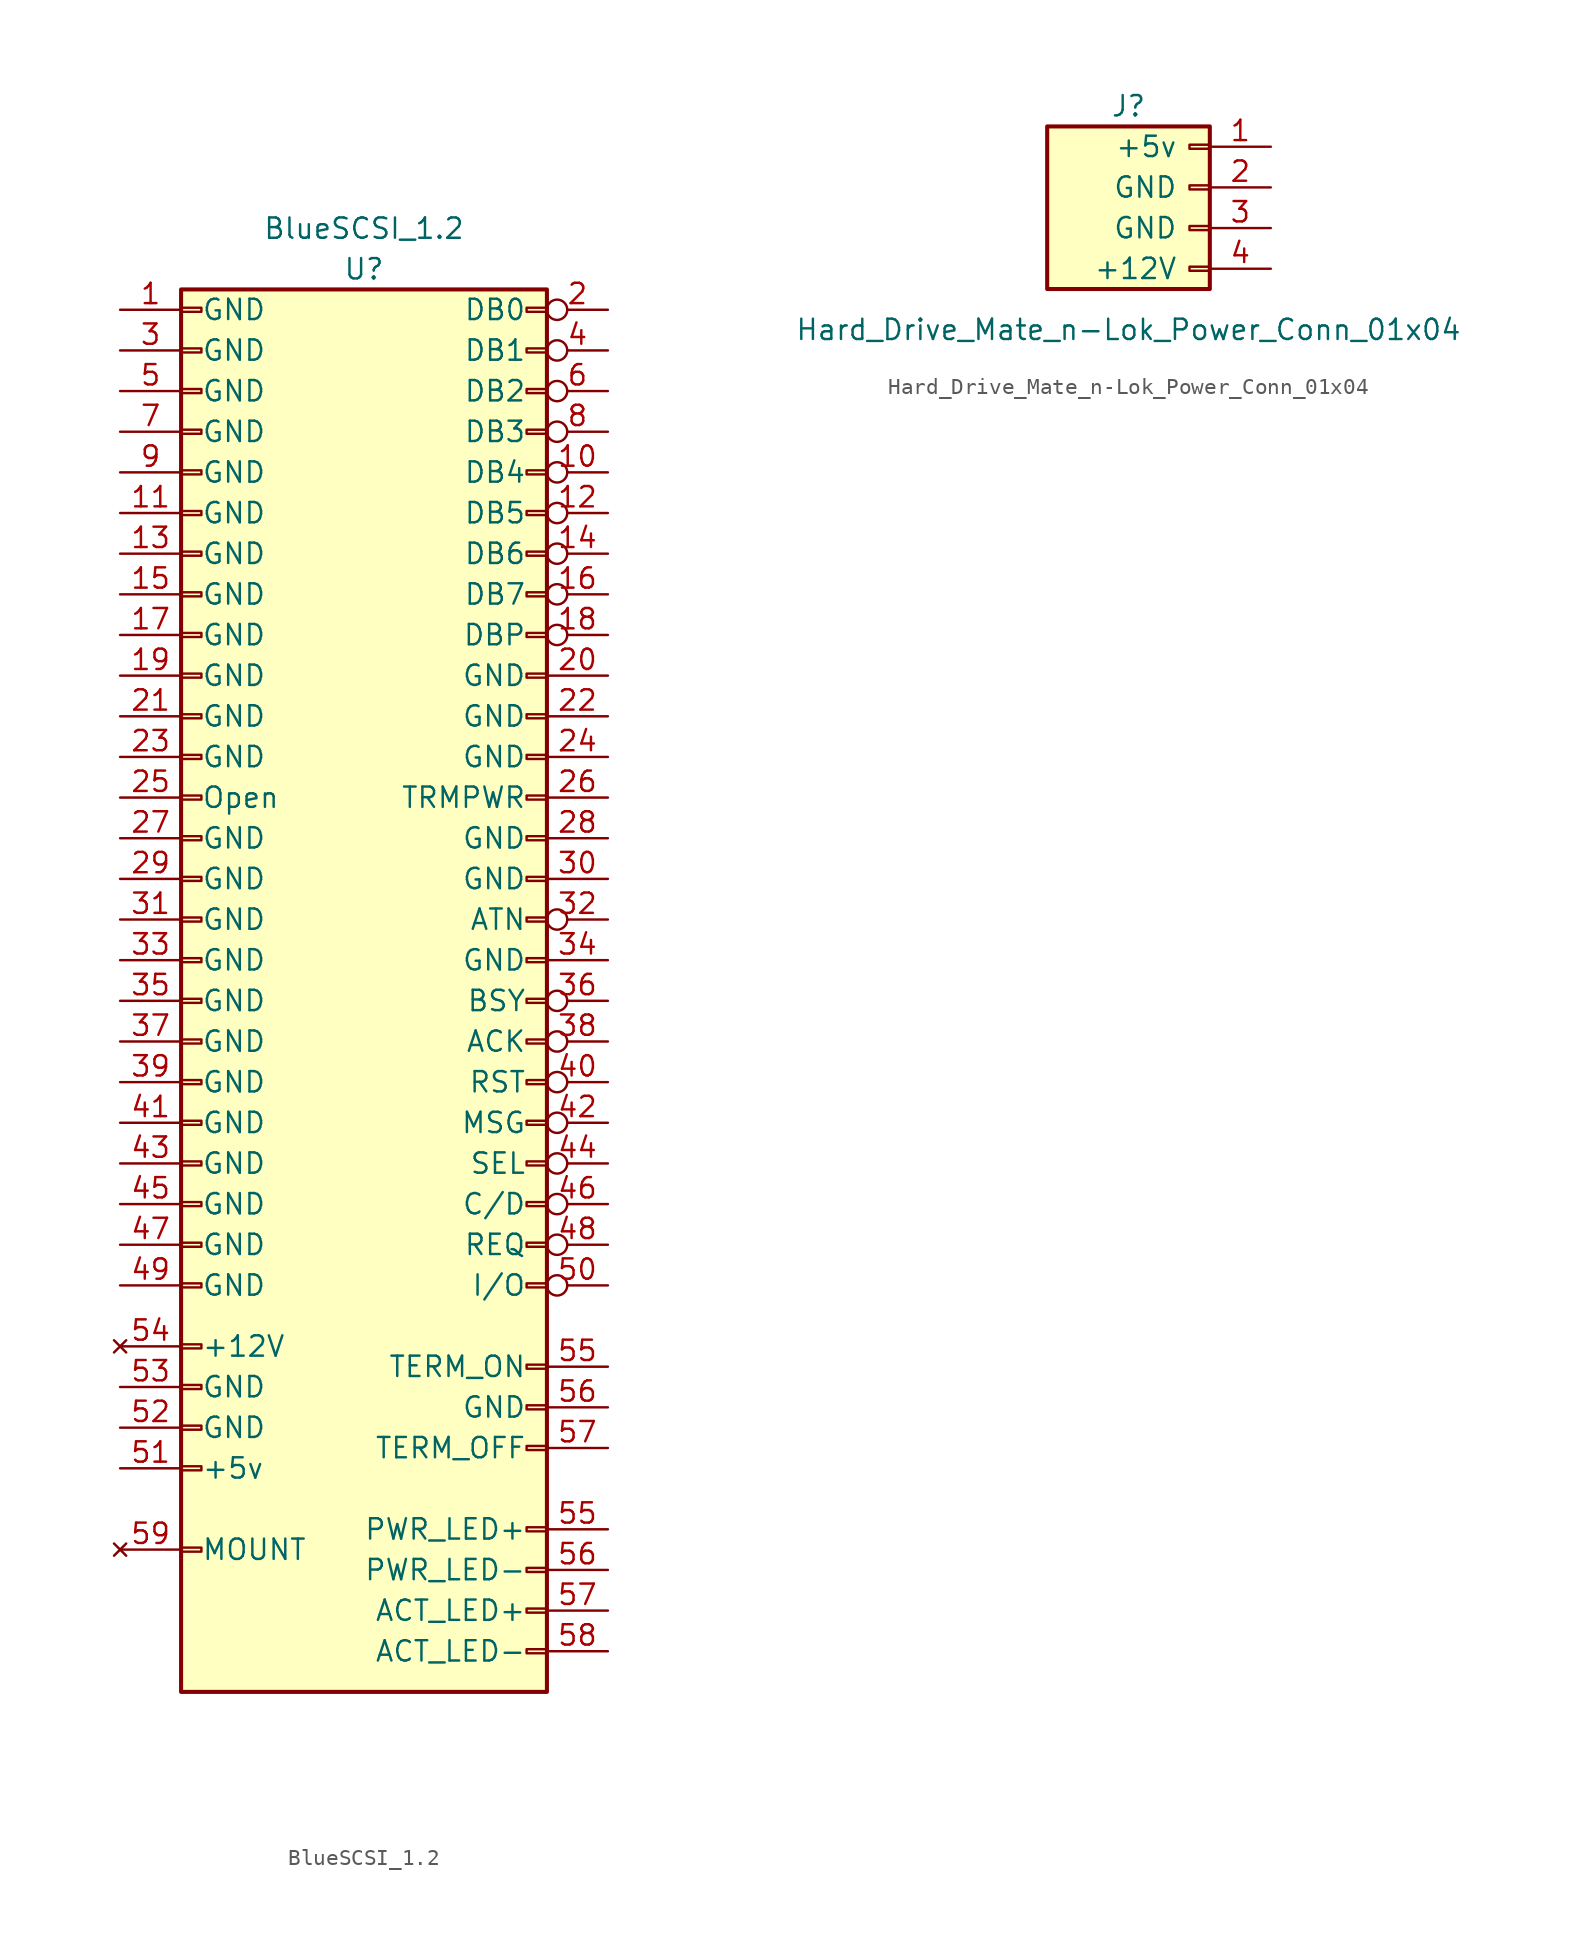
<source format=kicad_sym>
(kicad_symbol_lib
  (version 20211014)
  (generator kicad_symbol_editor)
  (symbol "BlueSCSI_1.2"
    (pin_names
      (offset 1.27))
    (property "Reference" "U"
      (at 0 41.91 0)
      (effects (font (size 1.27 1.27))))
    (property "Value" "BlueSCSI_1.2"
      (at 0 44.45 0)
      (effects (font (size 1.27 1.27))))
    (symbol "BlueSCSI_1.2_1_1"
      (rectangle (start -11.43 -37.973) (end -10.16 -38.227) (stroke (width 0.152) (type default) (color 0 0 0 0)) (fill (type none)))
      (rectangle (start -11.43 -33.147) (end -10.16 -32.893) (stroke (width 0.152) (type default) (color 0 0 0 0)) (fill (type none)))
      (rectangle (start -11.43 -30.607) (end -10.16 -30.353) (stroke (width 0.152) (type default) (color 0 0 0 0)) (fill (type none)))
      (rectangle (start -11.43 -28.067) (end -10.16 -27.813) (stroke (width 0.152) (type default) (color 0 0 0 0)) (fill (type none)))
      (rectangle (start -11.43 -25.527) (end -10.16 -25.273) (stroke (width 0.152) (type default) (color 0 0 0 0)) (fill (type none)))
      (rectangle (start -11.43 -21.463) (end -10.16 -21.717) (stroke (width 0.152) (type default) (color 0 0 0 0)) (fill (type none)))
      (rectangle (start -11.43 -18.923) (end -10.16 -19.177) (stroke (width 0.152) (type default) (color 0 0 0 0)) (fill (type none)))
      (rectangle (start -11.43 -16.383) (end -10.16 -16.637) (stroke (width 0.152) (type default) (color 0 0 0 0)) (fill (type none)))
      (rectangle (start -11.43 -13.843) (end -10.16 -14.097) (stroke (width 0.152) (type default) (color 0 0 0 0)) (fill (type none)))
      (rectangle (start -11.43 -11.303) (end -10.16 -11.557) (stroke (width 0.152) (type default) (color 0 0 0 0)) (fill (type none)))
      (rectangle (start -11.43 -8.763) (end -10.16 -9.017) (stroke (width 0.152) (type default) (color 0 0 0 0)) (fill (type none)))
      (rectangle (start -11.43 -6.223) (end -10.16 -6.477) (stroke (width 0.152) (type default) (color 0 0 0 0)) (fill (type none)))
      (rectangle (start -11.43 -3.683) (end -10.16 -3.937) (stroke (width 0.152) (type default) (color 0 0 0 0)) (fill (type none)))
      (rectangle (start -11.43 -1.143) (end -10.16 -1.397) (stroke (width 0.152) (type default) (color 0 0 0 0)) (fill (type none)))
      (rectangle (start -11.43 1.397) (end -10.16 1.143) (stroke (width 0.152) (type default) (color 0 0 0 0)) (fill (type none)))
      (rectangle (start -11.43 3.937) (end -10.16 3.683) (stroke (width 0.152) (type default) (color 0 0 0 0)) (fill (type none)))
      (rectangle (start -11.43 6.477) (end -10.16 6.223) (stroke (width 0.152) (type default) (color 0 0 0 0)) (fill (type none)))
      (rectangle (start -11.43 9.017) (end -10.16 8.763) (stroke (width 0.152) (type default) (color 0 0 0 0)) (fill (type none)))
      (rectangle (start -11.43 11.557) (end -10.16 11.303) (stroke (width 0.152) (type default) (color 0 0 0 0)) (fill (type none)))
      (rectangle (start -11.43 14.097) (end -10.16 13.843) (stroke (width 0.152) (type default) (color 0 0 0 0)) (fill (type none)))
      (rectangle (start -11.43 16.637) (end -10.16 16.383) (stroke (width 0.152) (type default) (color 0 0 0 0)) (fill (type none)))
      (rectangle (start -11.43 19.177) (end -10.16 18.923) (stroke (width 0.152) (type default) (color 0 0 0 0)) (fill (type none)))
      (rectangle (start -11.43 21.717) (end -10.16 21.463) (stroke (width 0.152) (type default) (color 0 0 0 0)) (fill (type none)))
      (rectangle (start -11.43 24.257) (end -10.16 24.003) (stroke (width 0.152) (type default) (color 0 0 0 0)) (fill (type none)))
      (rectangle (start -11.43 26.797) (end -10.16 26.543) (stroke (width 0.152) (type default) (color 0 0 0 0)) (fill (type none)))
      (rectangle (start -11.43 29.337) (end -10.16 29.083) (stroke (width 0.152) (type default) (color 0 0 0 0)) (fill (type none)))
      (rectangle (start -11.43 31.877) (end -10.16 31.623) (stroke (width 0.152) (type default) (color 0 0 0 0)) (fill (type none)))
      (rectangle (start -11.43 34.417) (end -10.16 34.163) (stroke (width 0.152) (type default) (color 0 0 0 0)) (fill (type none)))
      (rectangle (start -11.43 36.957) (end -10.16 36.703) (stroke (width 0.152) (type default) (color 0 0 0 0)) (fill (type none)))
      (rectangle (start -11.43 39.497) (end -10.16 39.243) (stroke (width 0.152) (type default) (color 0 0 0 0)) (fill (type none)))
      (rectangle (start -11.43 40.64) (end 11.43 -46.99) (stroke (width 0.254) (type default) (color 0 0 0 0)) (fill (type background)))
      (rectangle (start 10.16 -44.577) (end 11.43 -44.323) (stroke (width 0.152) (type default) (color 0 0 0 0)) (fill (type none)))
      (rectangle (start 10.16 -42.037) (end 11.43 -41.783) (stroke (width 0.152) (type default) (color 0 0 0 0)) (fill (type none)))
      (rectangle (start 10.16 -39.497) (end 11.43 -39.243) (stroke (width 0.152) (type default) (color 0 0 0 0)) (fill (type none)))
      (rectangle (start 10.16 -36.957) (end 11.43 -36.703) (stroke (width 0.152) (type default) (color 0 0 0 0)) (fill (type none)))
      (rectangle (start 10.16 -31.877) (end 11.43 -31.623) (stroke (width 0.152) (type default) (color 0 0 0 0)) (fill (type none)))
      (rectangle (start 10.16 -29.337) (end 11.43 -29.083) (stroke (width 0.152) (type default) (color 0 0 0 0)) (fill (type none)))
      (rectangle (start 10.16 -26.797) (end 11.43 -26.543) (stroke (width 0.152) (type default) (color 0 0 0 0)) (fill (type none)))
      (rectangle (start 11.43 -21.463) (end 10.16 -21.717) (stroke (width 0.152) (type default) (color 0 0 0 0)) (fill (type none)))
      (rectangle (start 11.43 -18.923) (end 10.16 -19.177) (stroke (width 0.152) (type default) (color 0 0 0 0)) (fill (type none)))
      (rectangle (start 11.43 -16.383) (end 10.16 -16.637) (stroke (width 0.152) (type default) (color 0 0 0 0)) (fill (type none)))
      (rectangle (start 11.43 -13.843) (end 10.16 -14.097) (stroke (width 0.152) (type default) (color 0 0 0 0)) (fill (type none)))
      (rectangle (start 11.43 -11.303) (end 10.16 -11.557) (stroke (width 0.152) (type default) (color 0 0 0 0)) (fill (type none)))
      (rectangle (start 11.43 -8.763) (end 10.16 -9.017) (stroke (width 0.152) (type default) (color 0 0 0 0)) (fill (type none)))
      (rectangle (start 11.43 -6.223) (end 10.16 -6.477) (stroke (width 0.152) (type default) (color 0 0 0 0)) (fill (type none)))
      (rectangle (start 11.43 -3.683) (end 10.16 -3.937) (stroke (width 0.152) (type default) (color 0 0 0 0)) (fill (type none)))
      (rectangle (start 11.43 -1.143) (end 10.16 -1.397) (stroke (width 0.152) (type default) (color 0 0 0 0)) (fill (type none)))
      (rectangle (start 11.43 1.397) (end 10.16 1.143) (stroke (width 0.152) (type default) (color 0 0 0 0)) (fill (type none)))
      (rectangle (start 11.43 3.937) (end 10.16 3.683) (stroke (width 0.152) (type default) (color 0 0 0 0)) (fill (type none)))
      (rectangle (start 11.43 6.477) (end 10.16 6.223) (stroke (width 0.152) (type default) (color 0 0 0 0)) (fill (type none)))
      (rectangle (start 11.43 9.017) (end 10.16 8.763) (stroke (width 0.152) (type default) (color 0 0 0 0)) (fill (type none)))
      (rectangle (start 11.43 11.557) (end 10.16 11.303) (stroke (width 0.152) (type default) (color 0 0 0 0)) (fill (type none)))
      (rectangle (start 11.43 14.097) (end 10.16 13.843) (stroke (width 0.152) (type default) (color 0 0 0 0)) (fill (type none)))
      (rectangle (start 11.43 16.637) (end 10.16 16.383) (stroke (width 0.152) (type default) (color 0 0 0 0)) (fill (type none)))
      (rectangle (start 11.43 19.177) (end 10.16 18.923) (stroke (width 0.152) (type default) (color 0 0 0 0)) (fill (type none)))
      (rectangle (start 11.43 21.717) (end 10.16 21.463) (stroke (width 0.152) (type default) (color 0 0 0 0)) (fill (type none)))
      (rectangle (start 11.43 24.257) (end 10.16 24.003) (stroke (width 0.152) (type default) (color 0 0 0 0)) (fill (type none)))
      (rectangle (start 11.43 26.797) (end 10.16 26.543) (stroke (width 0.152) (type default) (color 0 0 0 0)) (fill (type none)))
      (rectangle (start 11.43 29.337) (end 10.16 29.083) (stroke (width 0.152) (type default) (color 0 0 0 0)) (fill (type none)))
      (rectangle (start 11.43 31.877) (end 10.16 31.623) (stroke (width 0.152) (type default) (color 0 0 0 0)) (fill (type none)))
      (rectangle (start 11.43 34.417) (end 10.16 34.163) (stroke (width 0.152) (type default) (color 0 0 0 0)) (fill (type none)))
      (rectangle (start 11.43 36.957) (end 10.16 36.703) (stroke (width 0.152) (type default) (color 0 0 0 0)) (fill (type none)))
      (rectangle (start 11.43 39.497) (end 10.16 39.243) (stroke (width 0.152) (type default) (color 0 0 0 0)) (fill (type none)))
      (pin power_in line (at -15.24 39.37 0) (length 3.81) (name "GND" (effects (font (size 1.27 1.27)))) (number "1" (effects (font (size 1.27 1.27)))))
      (pin bidirectional inverted (at 15.24 29.21 180) (length 3.81) (name "DB4" (effects (font (size 1.27 1.27)))) (number "10" (effects (font (size 1.27 1.27)))))
      (pin power_in line (at -15.24 26.67 0) (length 3.81) (name "GND" (effects (font (size 1.27 1.27)))) (number "11" (effects (font (size 1.27 1.27)))))
      (pin bidirectional inverted (at 15.24 26.67 180) (length 3.81) (name "DB5" (effects (font (size 1.27 1.27)))) (number "12" (effects (font (size 1.27 1.27)))))
      (pin power_in line (at -15.24 24.13 0) (length 3.81) (name "GND" (effects (font (size 1.27 1.27)))) (number "13" (effects (font (size 1.27 1.27)))))
      (pin bidirectional inverted (at 15.24 24.13 180) (length 3.81) (name "DB6" (effects (font (size 1.27 1.27)))) (number "14" (effects (font (size 1.27 1.27)))))
      (pin power_in line (at -15.24 21.59 0) (length 3.81) (name "GND" (effects (font (size 1.27 1.27)))) (number "15" (effects (font (size 1.27 1.27)))))
      (pin bidirectional inverted (at 15.24 21.59 180) (length 3.81) (name "DB7" (effects (font (size 1.27 1.27)))) (number "16" (effects (font (size 1.27 1.27)))))
      (pin power_in line (at -15.24 19.05 0) (length 3.81) (name "GND" (effects (font (size 1.27 1.27)))) (number "17" (effects (font (size 1.27 1.27)))))
      (pin bidirectional inverted (at 15.24 19.05 180) (length 3.81) (name "DBP" (effects (font (size 1.27 1.27)))) (number "18" (effects (font (size 1.27 1.27)))))
      (pin power_in line (at -15.24 16.51 0) (length 3.81) (name "GND" (effects (font (size 1.27 1.27)))) (number "19" (effects (font (size 1.27 1.27)))))
      (pin bidirectional inverted (at 15.24 39.37 180) (length 3.81) (name "DB0" (effects (font (size 1.27 1.27)))) (number "2" (effects (font (size 1.27 1.27)))))
      (pin power_in line (at 15.24 16.51 180) (length 3.81) (name "GND" (effects (font (size 1.27 1.27)))) (number "20" (effects (font (size 1.27 1.27)))))
      (pin power_in line (at -15.24 13.97 0) (length 3.81) (name "GND" (effects (font (size 1.27 1.27)))) (number "21" (effects (font (size 1.27 1.27)))))
      (pin power_in line (at 15.24 13.97 180) (length 3.81) (name "GND" (effects (font (size 1.27 1.27)))) (number "22" (effects (font (size 1.27 1.27)))))
      (pin power_in line (at -15.24 11.43 0) (length 3.81) (name "GND" (effects (font (size 1.27 1.27)))) (number "23" (effects (font (size 1.27 1.27)))))
      (pin power_in line (at 15.24 11.43 180) (length 3.81) (name "GND" (effects (font (size 1.27 1.27)))) (number "24" (effects (font (size 1.27 1.27)))))
      (pin passive line (at -15.24 8.89 0) (length 3.81) (name "Open" (effects (font (size 1.27 1.27)))) (number "25" (effects (font (size 1.27 1.27)))))
      (pin power_in line (at 15.24 8.89 180) (length 3.81) (name "TRMPWR" (effects (font (size 1.27 1.27)))) (number "26" (effects (font (size 1.27 1.27)))))
      (pin power_in line (at -15.24 6.35 0) (length 3.81) (name "GND" (effects (font (size 1.27 1.27)))) (number "27" (effects (font (size 1.27 1.27)))))
      (pin power_in line (at 15.24 6.35 180) (length 3.81) (name "GND" (effects (font (size 1.27 1.27)))) (number "28" (effects (font (size 1.27 1.27)))))
      (pin power_in line (at -15.24 3.81 0) (length 3.81) (name "GND" (effects (font (size 1.27 1.27)))) (number "29" (effects (font (size 1.27 1.27)))))
      (pin power_in line (at -15.24 36.83 0) (length 3.81) (name "GND" (effects (font (size 1.27 1.27)))) (number "3" (effects (font (size 1.27 1.27)))))
      (pin power_in line (at 15.24 3.81 180) (length 3.81) (name "GND" (effects (font (size 1.27 1.27)))) (number "30" (effects (font (size 1.27 1.27)))))
      (pin power_in line (at -15.24 1.27 0) (length 3.81) (name "GND" (effects (font (size 1.27 1.27)))) (number "31" (effects (font (size 1.27 1.27)))))
      (pin input inverted (at 15.24 1.27 180) (length 3.81) (name "ATN" (effects (font (size 1.27 1.27)))) (number "32" (effects (font (size 1.27 1.27)))))
      (pin power_in line (at -15.24 -1.27 0) (length 3.81) (name "GND" (effects (font (size 1.27 1.27)))) (number "33" (effects (font (size 1.27 1.27)))))
      (pin power_in line (at 15.24 -1.27 180) (length 3.81) (name "GND" (effects (font (size 1.27 1.27)))) (number "34" (effects (font (size 1.27 1.27)))))
      (pin power_in line (at -15.24 -3.81 0) (length 3.81) (name "GND" (effects (font (size 1.27 1.27)))) (number "35" (effects (font (size 1.27 1.27)))))
      (pin output inverted (at 15.24 -3.81 180) (length 3.81) (name "BSY" (effects (font (size 1.27 1.27)))) (number "36" (effects (font (size 1.27 1.27)))))
      (pin power_in line (at -15.24 -6.35 0) (length 3.81) (name "GND" (effects (font (size 1.27 1.27)))) (number "37" (effects (font (size 1.27 1.27)))))
      (pin input inverted (at 15.24 -6.35 180) (length 3.81) (name "ACK" (effects (font (size 1.27 1.27)))) (number "38" (effects (font (size 1.27 1.27)))))
      (pin power_in line (at -15.24 -8.89 0) (length 3.81) (name "GND" (effects (font (size 1.27 1.27)))) (number "39" (effects (font (size 1.27 1.27)))))
      (pin bidirectional inverted (at 15.24 36.83 180) (length 3.81) (name "DB1" (effects (font (size 1.27 1.27)))) (number "4" (effects (font (size 1.27 1.27)))))
      (pin input inverted (at 15.24 -8.89 180) (length 3.81) (name "RST" (effects (font (size 1.27 1.27)))) (number "40" (effects (font (size 1.27 1.27)))))
      (pin power_in line (at -15.24 -11.43 0) (length 3.81) (name "GND" (effects (font (size 1.27 1.27)))) (number "41" (effects (font (size 1.27 1.27)))))
      (pin output inverted (at 15.24 -11.43 180) (length 3.81) (name "MSG" (effects (font (size 1.27 1.27)))) (number "42" (effects (font (size 1.27 1.27)))))
      (pin power_in line (at -15.24 -13.97 0) (length 3.81) (name "GND" (effects (font (size 1.27 1.27)))) (number "43" (effects (font (size 1.27 1.27)))))
      (pin input inverted (at 15.24 -13.97 180) (length 3.81) (name "SEL" (effects (font (size 1.27 1.27)))) (number "44" (effects (font (size 1.27 1.27)))))
      (pin power_in line (at -15.24 -16.51 0) (length 3.81) (name "GND" (effects (font (size 1.27 1.27)))) (number "45" (effects (font (size 1.27 1.27)))))
      (pin output inverted (at 15.24 -16.51 180) (length 3.81) (name "C/D" (effects (font (size 1.27 1.27)))) (number "46" (effects (font (size 1.27 1.27)))))
      (pin power_in line (at -15.24 -19.05 0) (length 3.81) (name "GND" (effects (font (size 1.27 1.27)))) (number "47" (effects (font (size 1.27 1.27)))))
      (pin output inverted (at 15.24 -19.05 180) (length 3.81) (name "REQ" (effects (font (size 1.27 1.27)))) (number "48" (effects (font (size 1.27 1.27)))))
      (pin power_in line (at -15.24 -21.59 0) (length 3.81) (name "GND" (effects (font (size 1.27 1.27)))) (number "49" (effects (font (size 1.27 1.27)))))
      (pin power_in line (at -15.24 34.29 0) (length 3.81) (name "GND" (effects (font (size 1.27 1.27)))) (number "5" (effects (font (size 1.27 1.27)))))
      (pin output inverted (at 15.24 -21.59 180) (length 3.81) (name "I/O" (effects (font (size 1.27 1.27)))) (number "50" (effects (font (size 1.27 1.27)))))
      (pin power_in line (at -15.24 -33.02 0) (length 3.81) (name "+5v" (effects (font (size 1.27 1.27)))) (number "51" (effects (font (size 1.27 1.27)))))
      (pin power_in line (at -15.24 -30.48 0) (length 3.81) (name "GND" (effects (font (size 1.27 1.27)))) (number "52" (effects (font (size 1.27 1.27)))))
      (pin power_in line (at -15.24 -27.94 0) (length 3.81) (name "GND" (effects (font (size 1.27 1.27)))) (number "53" (effects (font (size 1.27 1.27)))))
      (pin no_connect line (at -15.24 -25.4 0) (length 3.81) (name "+12V" (effects (font (size 1.27 1.27)))) (number "54" (effects (font (size 1.27 1.27)))))
      (pin output line (at 15.24 -36.83 180) (length 3.81) (name "PWR_LED+" (effects (font (size 1.27 1.27)))) (number "55" (effects (font (size 1.27 1.27)))))
      (pin output line (at 15.24 -26.67 180) (length 3.81) (name "TERM_ON" (effects (font (size 1.27 1.27)))) (number "55" (effects (font (size 1.27 1.27)))))
      (pin output line (at 15.24 -29.21 180) (length 3.81) (name "GND" (effects (font (size 1.27 1.27)))) (number "56" (effects (font (size 1.27 1.27)))))
      (pin output line (at 15.24 -39.37 180) (length 3.81) (name "PWR_LED-" (effects (font (size 1.27 1.27)))) (number "56" (effects (font (size 1.27 1.27)))))
      (pin output line (at 15.24 -41.91 180) (length 3.81) (name "ACT_LED+" (effects (font (size 1.27 1.27)))) (number "57" (effects (font (size 1.27 1.27)))))
      (pin output line (at 15.24 -31.75 180) (length 3.81) (name "TERM_OFF" (effects (font (size 1.27 1.27)))) (number "57" (effects (font (size 1.27 1.27)))))
      (pin output line (at 15.24 -44.45 180) (length 3.81) (name "ACT_LED-" (effects (font (size 1.27 1.27)))) (number "58" (effects (font (size 1.27 1.27)))))
      (pin no_connect line (at -15.24 -38.1 0) (length 3.81) (name "MOUNT" (effects (font (size 1.27 1.27)))) (number "59" (effects (font (size 1.27 1.27)))))
      (pin bidirectional inverted (at 15.24 34.29 180) (length 3.81) (name "DB2" (effects (font (size 1.27 1.27)))) (number "6" (effects (font (size 1.27 1.27)))))
      (pin power_in line (at -15.24 31.75 0) (length 3.81) (name "GND" (effects (font (size 1.27 1.27)))) (number "7" (effects (font (size 1.27 1.27)))))
      (pin bidirectional inverted (at 15.24 31.75 180) (length 3.81) (name "DB3" (effects (font (size 1.27 1.27)))) (number "8" (effects (font (size 1.27 1.27)))))
      (pin power_in line (at -15.24 29.21 0) (length 3.81) (name "GND" (effects (font (size 1.27 1.27)))) (number "9" (effects (font (size 1.27 1.27)))))))
  (symbol "Hard_Drive_Mate_n-Lok_Power_Conn_01x04"
    (pin_names
      (offset 2))
    (property "Reference" "J"
      (at 0 6.35 0)
      (effects (font (size 1.27 1.27))))
    (property "Value" "Hard_Drive_Mate_n-Lok_Power_Conn_01x04"
      (at 0 -7.62 0)
      (effects (font (size 1.27 1.27))))
    (symbol "Hard_Drive_Mate_n-Lok_Power_Conn_01x04_1_1"
      (rectangle (start -5.08 -5.08) (end 5.08 5.08) (stroke (width 0.254) (type default) (color 0 0 0 0)) (fill (type background)))
      (rectangle (start 3.81 -3.937) (end 5.08 -3.683) (stroke (width 0.152) (type default) (color 0 0 0 0)) (fill (type none)))
      (rectangle (start 3.81 -1.397) (end 5.08 -1.143) (stroke (width 0.152) (type default) (color 0 0 0 0)) (fill (type none)))
      (rectangle (start 3.81 1.143) (end 5.08 1.397) (stroke (width 0.152) (type default) (color 0 0 0 0)) (fill (type none)))
      (rectangle (start 3.81 3.683) (end 5.08 3.937) (stroke (width 0.152) (type default) (color 0 0 0 0)) (fill (type none)))
      (pin output line (at 8.89 3.81 180) (length 3.81) (name "+5v" (effects (font (size 1.27 1.27)))) (number "1" (effects (font (size 1.27 1.27)))))
      (pin power_out line (at 8.89 1.27 180) (length 3.81) (name "GND" (effects (font (size 1.27 1.27)))) (number "2" (effects (font (size 1.27 1.27)))))
      (pin power_out line (at 8.89 -1.27 180) (length 3.81) (name "GND" (effects (font (size 1.27 1.27)))) (number "3" (effects (font (size 1.27 1.27)))))
      (pin power_out line (at 8.89 -3.81 180) (length 3.81) (name "+12V" (effects (font (size 1.27 1.27)))) (number "4" (effects (font (size 1.27 1.27))))))))
</source>
